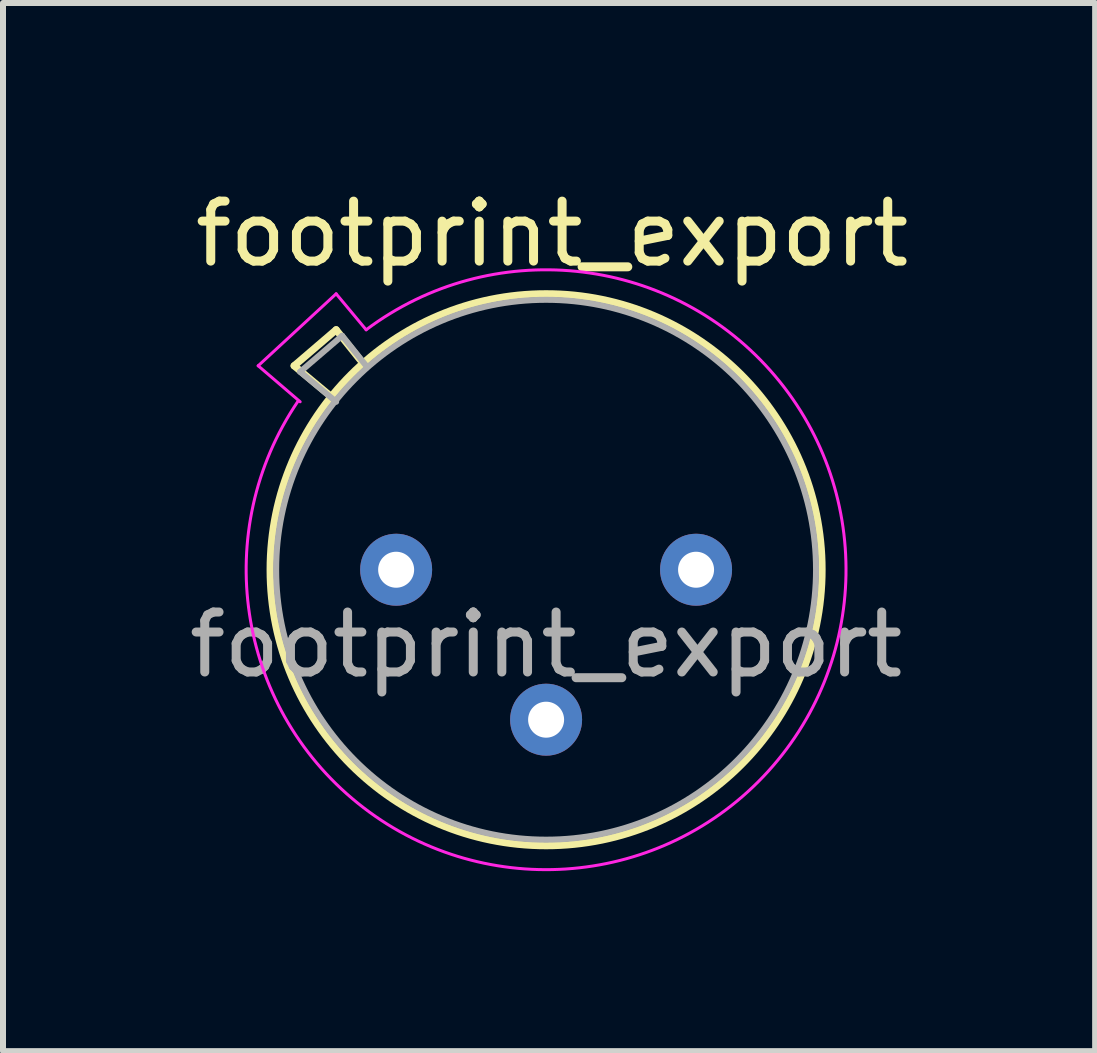
<source format=kicad_pcb>
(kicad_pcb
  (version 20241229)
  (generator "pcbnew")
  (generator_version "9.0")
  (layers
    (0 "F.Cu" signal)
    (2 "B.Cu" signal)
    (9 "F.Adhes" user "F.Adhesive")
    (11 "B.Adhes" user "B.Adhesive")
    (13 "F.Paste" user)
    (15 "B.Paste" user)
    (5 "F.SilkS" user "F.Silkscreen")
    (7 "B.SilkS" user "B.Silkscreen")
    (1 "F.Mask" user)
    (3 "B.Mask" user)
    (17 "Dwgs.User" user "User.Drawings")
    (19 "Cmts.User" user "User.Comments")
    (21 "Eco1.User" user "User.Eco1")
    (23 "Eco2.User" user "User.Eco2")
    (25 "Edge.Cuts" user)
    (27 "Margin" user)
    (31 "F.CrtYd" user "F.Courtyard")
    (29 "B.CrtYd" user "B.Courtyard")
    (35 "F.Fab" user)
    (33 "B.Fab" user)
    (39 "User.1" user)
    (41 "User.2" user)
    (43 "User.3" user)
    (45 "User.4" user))
  (footprint "footprint_export"
    (layer "F.Cu")
    (at 3.554 6.448)
    (property "Reference" "footprint_export" (at 2.6 -5.6 0) (layer "F.SilkS") (effects (font (size 1 1) (thickness 0.15))))
    (attr through_hole)
    (fp_line (start -1.7 -3.4) (end -1 -4) (stroke (width 0.12) (type solid)) (layer "F.SilkS"))
    (fp_line (start -1.1 -2.9) (end -1.7 -3.4) (stroke (width 0.12) (type solid)) (layer "F.SilkS"))
    (fp_line (start -1 -4) (end -0.6 -3.5) (stroke (width 0.12) (type solid)) (layer "F.SilkS"))
    (fp_circle (center 2.5 0) (end 7.1 0) (stroke (width 0.12) (type solid)) (fill no) (layer "F.SilkS"))
    (fp_line (start -2.3 -3.4) (end -1 -4.6) (stroke (width 0.05) (type solid)) (layer "F.CrtYd"))
    (fp_line (start -1.6 -2.8) (end -2.3 -3.4) (stroke (width 0.05) (type solid)) (layer "F.CrtYd"))
    (fp_line (start -1 -4.6) (end -0.5 -4) (stroke (width 0.05) (type solid)) (layer "F.CrtYd"))
    (fp_arc (start -0.5 -4) (mid 6.119047 3.45) (end -1.638828 -2.80537) (stroke (width 0.05) (type solid)) (layer "F.CrtYd"))
    (fp_line (start -1.6 -3.3) (end -0.9 -3.9) (stroke (width 0.1) (type solid)) (layer "F.Fab"))
    (fp_line (start -1 -2.8) (end -1.6 -3.3) (stroke (width 0.1) (type solid)) (layer "F.Fab"))
    (fp_line (start -0.9 -3.9) (end -0.5 -3.4) (stroke (width 0.1) (type solid)) (layer "F.Fab"))
    (fp_circle (center 2.5 0) (end 7 0) (stroke (width 0.1) (type solid)) (fill no) (layer "F.Fab"))
    (fp_text user "${REFERENCE}" (at 2.5 1.25 0) (layer "F.Fab") (effects (font (size 1 1) (thickness 0.15))))
    (pad "1" thru_hole circle (at 0 0) (size 1.2 1.2) (drill 0.6) (layers "*.Cu" "*.Mask"))
    (pad "2" thru_hole circle (at 5 0) (size 1.2 1.2) (drill 0.6) (layers "*.Cu" "*.Mask"))
    (pad "3" thru_hole circle (at 2.5 2.5) (size 1.2 1.2) (drill 0.6) (layers "*.Cu" "*.Mask")))
  (gr_rect
    (start -3 -3)
    (end 15.207 14.473)
    (stroke (width 0.1) (type default))
    (fill no)
    (layer "Edge.Cuts")))
</source>
